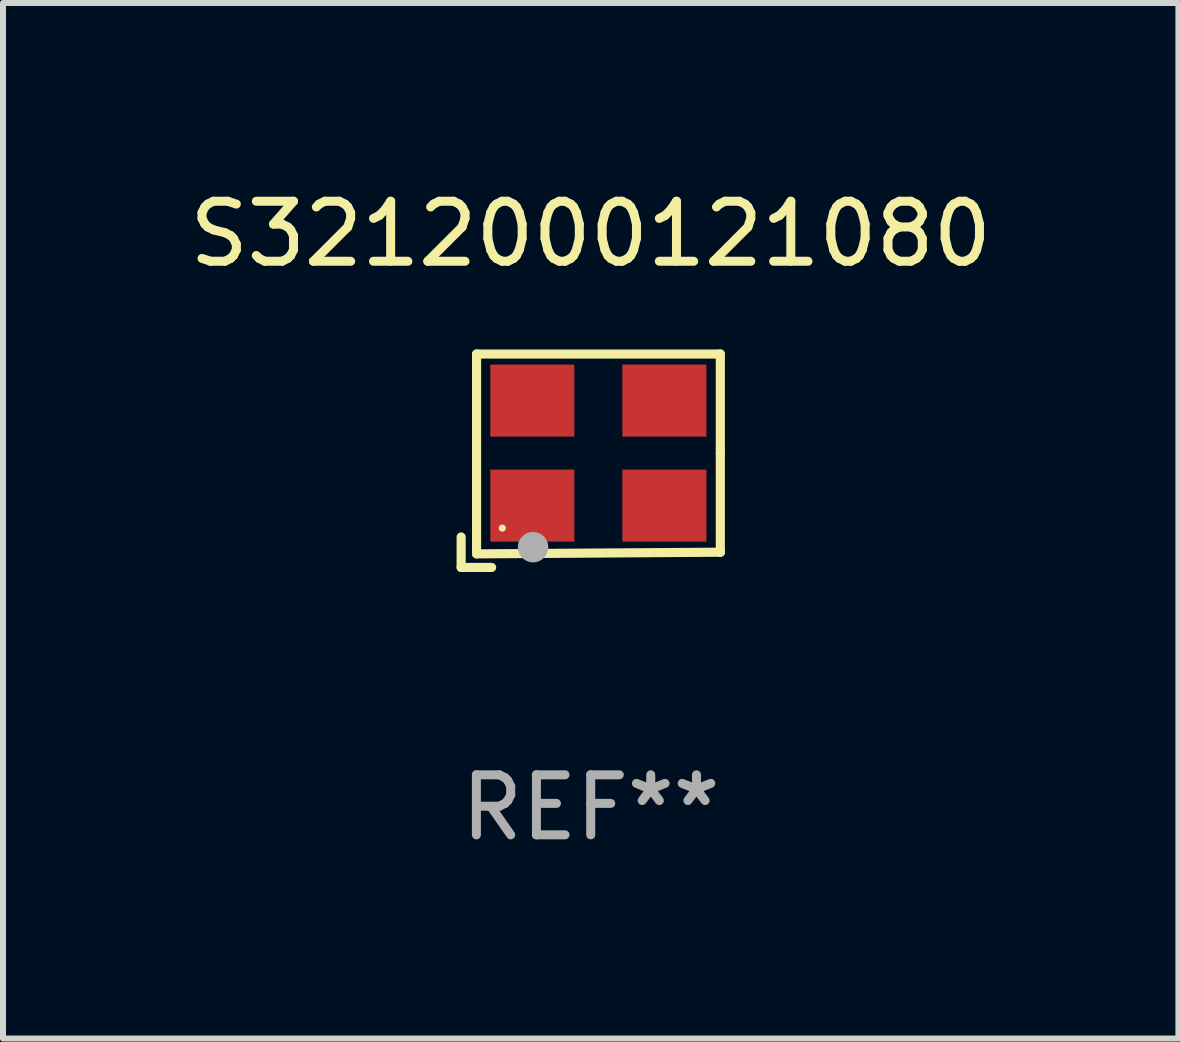
<source format=kicad_pcb>
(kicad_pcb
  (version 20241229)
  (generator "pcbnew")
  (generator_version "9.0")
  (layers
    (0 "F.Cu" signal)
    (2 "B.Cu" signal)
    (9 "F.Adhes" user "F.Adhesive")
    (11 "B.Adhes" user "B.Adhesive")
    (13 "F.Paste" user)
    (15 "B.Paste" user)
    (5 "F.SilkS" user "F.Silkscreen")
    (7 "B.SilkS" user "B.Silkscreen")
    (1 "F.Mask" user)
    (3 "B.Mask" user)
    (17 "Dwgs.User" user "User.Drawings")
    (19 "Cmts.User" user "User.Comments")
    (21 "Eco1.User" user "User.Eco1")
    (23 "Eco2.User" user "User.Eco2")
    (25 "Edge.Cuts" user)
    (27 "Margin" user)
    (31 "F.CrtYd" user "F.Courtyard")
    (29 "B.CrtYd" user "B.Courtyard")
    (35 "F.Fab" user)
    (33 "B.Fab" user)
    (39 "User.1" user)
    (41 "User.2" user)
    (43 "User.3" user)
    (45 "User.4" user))
  (footprint "S3212000121080"
    (layer "F.Cu")
    (at 6.792 4.626)
    (property "Reference" "S3212000121080" (at 0 -3.778 0) (layer "F.SilkS") (effects (font (size 1 1) (thickness 0.15))))
    (attr through_hole)
    (fp_line (start -2.159 1.27) (end -2.159 1.778) (stroke (width 0.152) (type solid)) (layer "F.SilkS"))
    (fp_line (start -2.159 1.778) (end -1.651 1.778) (stroke (width 0.152) (type solid)) (layer "F.SilkS"))
    (fp_line (start -1.902 -1.778) (end 2.159 -1.778) (stroke (width 0.152) (type solid)) (layer "F.SilkS"))
    (fp_line (start -1.902 1.552) (end -1.902 -1.778) (stroke (width 0.152) (type solid)) (layer "F.SilkS"))
    (fp_line (start 2.159 -1.778) (end 2.159 -0.127) (stroke (width 0.152) (type solid)) (layer "F.SilkS"))
    (fp_line (start 2.159 -0.127) (end 2.159 1.524) (stroke (width 0.152) (type solid)) (layer "F.SilkS"))
    (fp_line (start 2.159 1.524) (end -1.902 1.552) (stroke (width 0.152) (type solid)) (layer "F.SilkS"))
    (fp_line (start 2.159 1.524) (end 2.159 1.524) (stroke (width 0.152) (type solid)) (layer "F.SilkS"))
    (fp_circle (center -1.473 1.123) (end -1.443 1.123) (stroke (width 0.06) (type solid)) (fill no) (layer "F.SilkS"))
    (fp_circle (center -0.961 1.44) (end -0.834 1.44) (stroke (width 0.254) (type solid)) (fill no) (layer "F.Fab"))
    (fp_text user "REF**" (at 0 5.778 0) (layer "F.Fab") (effects (font (size 1 1) (thickness 0.15))))
    (pad "1" smd rect (at -0.973 0.748) (size 1.4 1.2) (layers "F.Cu" "F.Mask" "F.Paste"))
    (pad "2" smd rect (at 1.227 0.748) (size 1.4 1.2) (layers "F.Cu" "F.Mask" "F.Paste"))
    (pad "3" smd rect (at 1.227 -1.002) (size 1.4 1.2) (layers "F.Cu" "F.Mask" "F.Paste"))
    (pad "4" smd rect (at -0.973 -1.002) (size 1.4 1.2) (layers "F.Cu" "F.Mask" "F.Paste")))
  (gr_rect
    (start -3 -3)
    (end 16.583 14.253)
    (stroke (width 0.1) (type default))
    (fill no)
    (layer "Edge.Cuts")))
</source>
